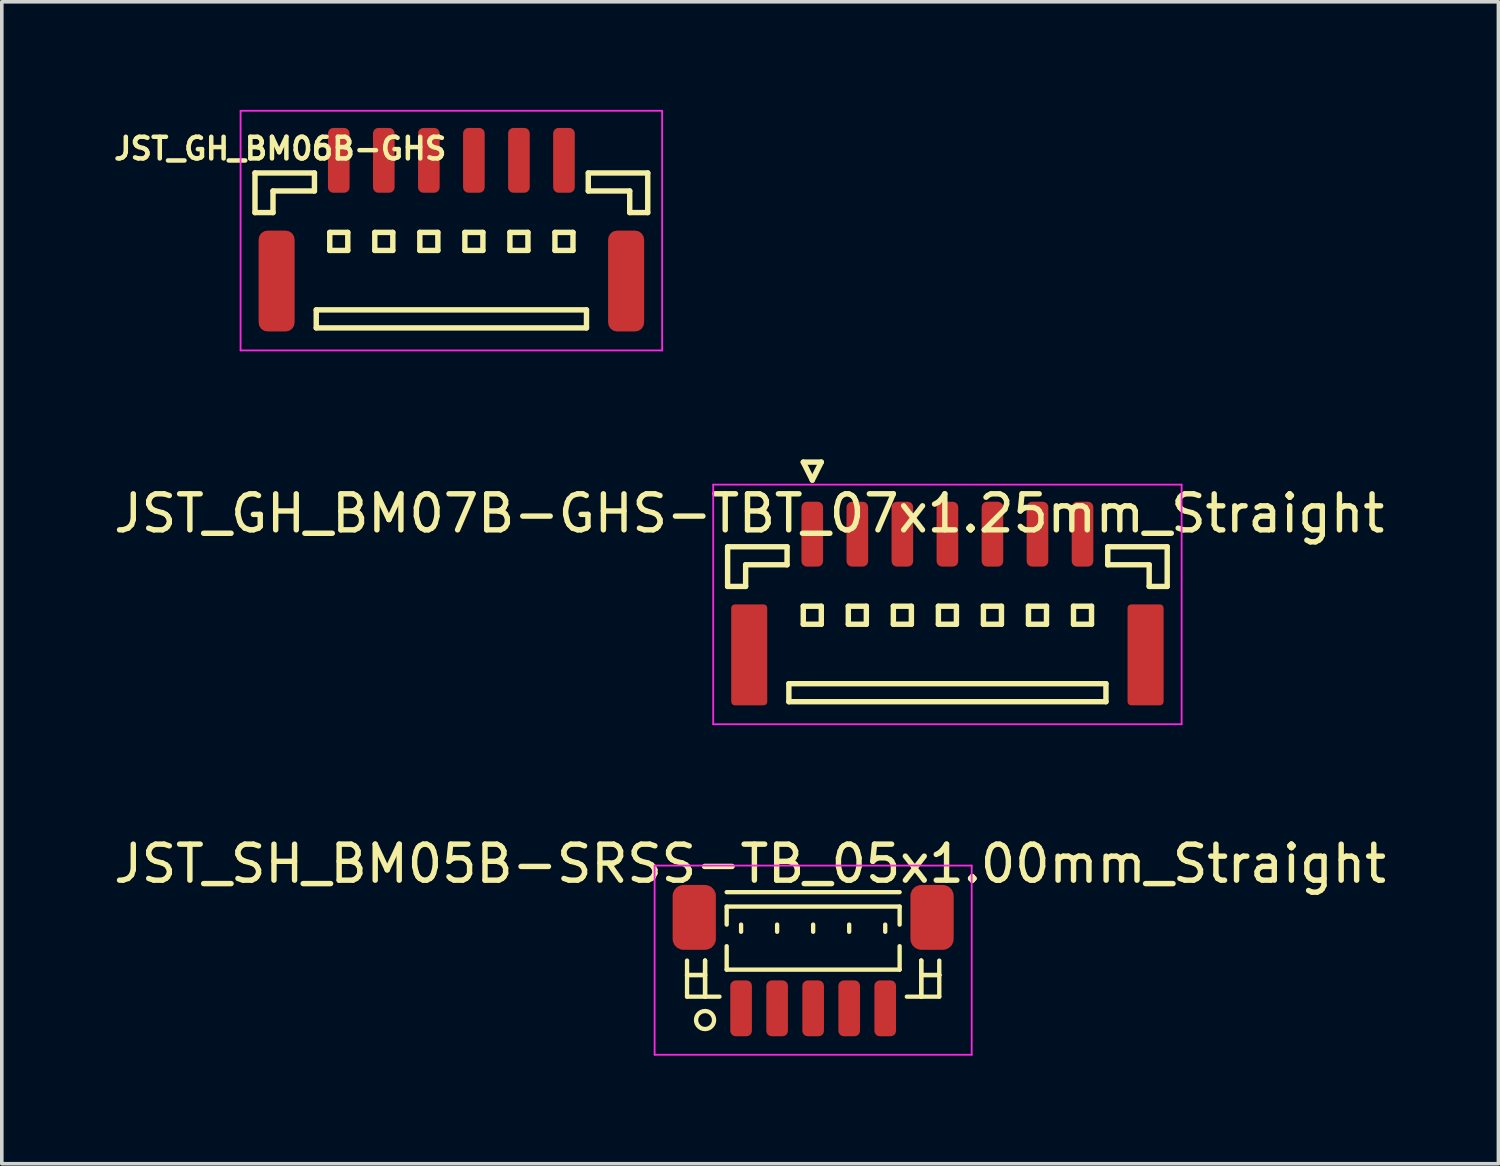
<source format=kicad_pcb>
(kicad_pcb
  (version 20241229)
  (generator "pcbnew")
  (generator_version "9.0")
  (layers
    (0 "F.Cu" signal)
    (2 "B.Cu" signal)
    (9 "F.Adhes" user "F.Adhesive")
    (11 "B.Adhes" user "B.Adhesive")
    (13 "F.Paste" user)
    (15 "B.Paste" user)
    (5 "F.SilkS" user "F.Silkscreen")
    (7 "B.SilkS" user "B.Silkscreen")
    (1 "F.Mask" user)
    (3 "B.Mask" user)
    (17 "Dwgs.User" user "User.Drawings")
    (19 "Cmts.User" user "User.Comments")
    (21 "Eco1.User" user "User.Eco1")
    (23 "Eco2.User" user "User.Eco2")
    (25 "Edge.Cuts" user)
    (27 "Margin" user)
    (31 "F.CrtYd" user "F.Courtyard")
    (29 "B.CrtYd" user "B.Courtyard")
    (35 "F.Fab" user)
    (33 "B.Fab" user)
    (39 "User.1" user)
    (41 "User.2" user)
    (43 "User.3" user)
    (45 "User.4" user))
  (footprint "JST_GH_BM07B-GHS-TBT_07x1.25mm_Straight"
    (layer "F.Cu")
    (at 23.244 13.45)
    (property "Reference" "JST_GH_BM07B-GHS-TBT_07x1.25mm_Straight" (at -5.5 -2.25 0) (layer "F.SilkS") (effects (font (size 1 1) (thickness 0.15))))
    (attr smd)
    (fp_line (start -6.1 -1.325) (end -4.45 -1.325) (stroke (width 0.15) (type solid)) (layer "F.SilkS"))
    (fp_line (start -6.1 -0.225) (end -6.1 -1.325) (stroke (width 0.15) (type solid)) (layer "F.SilkS"))
    (fp_line (start -5.6 -0.825) (end -5.6 -0.225) (stroke (width 0.15) (type solid)) (layer "F.SilkS"))
    (fp_line (start -5.6 -0.225) (end -6.1 -0.225) (stroke (width 0.15) (type solid)) (layer "F.SilkS"))
    (fp_line (start -4.45 -1.325) (end -4.45 -0.825) (stroke (width 0.15) (type solid)) (layer "F.SilkS"))
    (fp_line (start -4.45 -0.825) (end -5.6 -0.825) (stroke (width 0.15) (type solid)) (layer "F.SilkS"))
    (fp_line (start -4.4 2.475) (end -4.4 2.975) (stroke (width 0.15) (type solid)) (layer "F.SilkS"))
    (fp_line (start -4.4 2.975) (end 4.4 2.975) (stroke (width 0.15) (type solid)) (layer "F.SilkS"))
    (fp_line (start -4 -3.675) (end -3.5 -3.675) (stroke (width 0.15) (type solid)) (layer "F.SilkS"))
    (fp_line (start -4 0.325) (end -4 0.825) (stroke (width 0.15) (type solid)) (layer "F.SilkS"))
    (fp_line (start -4 0.825) (end -3.5 0.825) (stroke (width 0.15) (type solid)) (layer "F.SilkS"))
    (fp_line (start -3.75 -3.175) (end -4 -3.675) (stroke (width 0.15) (type solid)) (layer "F.SilkS"))
    (fp_line (start -3.5 -3.675) (end -3.75 -3.175) (stroke (width 0.15) (type solid)) (layer "F.SilkS"))
    (fp_line (start -3.5 0.325) (end -4 0.325) (stroke (width 0.15) (type solid)) (layer "F.SilkS"))
    (fp_line (start -3.5 0.825) (end -3.5 0.325) (stroke (width 0.15) (type solid)) (layer "F.SilkS"))
    (fp_line (start -2.75 0.325) (end -2.75 0.825) (stroke (width 0.15) (type solid)) (layer "F.SilkS"))
    (fp_line (start -2.75 0.825) (end -2.25 0.825) (stroke (width 0.15) (type solid)) (layer "F.SilkS"))
    (fp_line (start -2.25 0.325) (end -2.75 0.325) (stroke (width 0.15) (type solid)) (layer "F.SilkS"))
    (fp_line (start -2.25 0.825) (end -2.25 0.325) (stroke (width 0.15) (type solid)) (layer "F.SilkS"))
    (fp_line (start -1.5 0.325) (end -1.5 0.825) (stroke (width 0.15) (type solid)) (layer "F.SilkS"))
    (fp_line (start -1.5 0.825) (end -1 0.825) (stroke (width 0.15) (type solid)) (layer "F.SilkS"))
    (fp_line (start -1 0.325) (end -1.5 0.325) (stroke (width 0.15) (type solid)) (layer "F.SilkS"))
    (fp_line (start -1 0.825) (end -1 0.325) (stroke (width 0.15) (type solid)) (layer "F.SilkS"))
    (fp_line (start -0.25 0.325) (end -0.25 0.825) (stroke (width 0.15) (type solid)) (layer "F.SilkS"))
    (fp_line (start -0.25 0.825) (end 0.25 0.825) (stroke (width 0.15) (type solid)) (layer "F.SilkS"))
    (fp_line (start 0.25 0.325) (end -0.25 0.325) (stroke (width 0.15) (type solid)) (layer "F.SilkS"))
    (fp_line (start 0.25 0.825) (end 0.25 0.325) (stroke (width 0.15) (type solid)) (layer "F.SilkS"))
    (fp_line (start 1 0.325) (end 1 0.825) (stroke (width 0.15) (type solid)) (layer "F.SilkS"))
    (fp_line (start 1 0.825) (end 1.5 0.825) (stroke (width 0.15) (type solid)) (layer "F.SilkS"))
    (fp_line (start 1.5 0.325) (end 1 0.325) (stroke (width 0.15) (type solid)) (layer "F.SilkS"))
    (fp_line (start 1.5 0.825) (end 1.5 0.325) (stroke (width 0.15) (type solid)) (layer "F.SilkS"))
    (fp_line (start 2.25 0.325) (end 2.25 0.825) (stroke (width 0.15) (type solid)) (layer "F.SilkS"))
    (fp_line (start 2.25 0.825) (end 2.75 0.825) (stroke (width 0.15) (type solid)) (layer "F.SilkS"))
    (fp_line (start 2.75 0.325) (end 2.25 0.325) (stroke (width 0.15) (type solid)) (layer "F.SilkS"))
    (fp_line (start 2.75 0.825) (end 2.75 0.325) (stroke (width 0.15) (type solid)) (layer "F.SilkS"))
    (fp_line (start 3.5 0.325) (end 3.5 0.825) (stroke (width 0.15) (type solid)) (layer "F.SilkS"))
    (fp_line (start 3.5 0.825) (end 4 0.825) (stroke (width 0.15) (type solid)) (layer "F.SilkS"))
    (fp_line (start 4 0.325) (end 3.5 0.325) (stroke (width 0.15) (type solid)) (layer "F.SilkS"))
    (fp_line (start 4 0.825) (end 4 0.325) (stroke (width 0.15) (type solid)) (layer "F.SilkS"))
    (fp_line (start 4.4 2.475) (end -4.4 2.475) (stroke (width 0.15) (type solid)) (layer "F.SilkS"))
    (fp_line (start 4.4 2.975) (end 4.4 2.475) (stroke (width 0.15) (type solid)) (layer "F.SilkS"))
    (fp_line (start 4.45 -1.325) (end 4.45 -0.825) (stroke (width 0.15) (type solid)) (layer "F.SilkS"))
    (fp_line (start 4.45 -0.825) (end 5.6 -0.825) (stroke (width 0.15) (type solid)) (layer "F.SilkS"))
    (fp_line (start 5.6 -0.825) (end 5.6 -0.225) (stroke (width 0.15) (type solid)) (layer "F.SilkS"))
    (fp_line (start 5.6 -0.225) (end 6.1 -0.225) (stroke (width 0.15) (type solid)) (layer "F.SilkS"))
    (fp_line (start 6.1 -1.325) (end 4.45 -1.325) (stroke (width 0.15) (type solid)) (layer "F.SilkS"))
    (fp_line (start 6.1 -0.225) (end 6.1 -1.325) (stroke (width 0.15) (type solid)) (layer "F.SilkS"))
    (fp_line (start -6.5 -3.05) (end -6.5 3.6) (stroke (width 0.05) (type solid)) (layer "F.CrtYd"))
    (fp_line (start -6.5 3.6) (end 6.5 3.6) (stroke (width 0.05) (type solid)) (layer "F.CrtYd"))
    (fp_line (start 6.5 -3.05) (end -6.5 -3.05) (stroke (width 0.05) (type solid)) (layer "F.CrtYd"))
    (fp_line (start 6.5 3.6) (end 6.5 -3.05) (stroke (width 0.05) (type solid)) (layer "F.CrtYd"))
    (pad "1" smd roundrect (at -3.75 -1.675) (size 0.6 1.8) (layers "F.Cu" "F.Mask" "F.Paste") (roundrect_rratio 0.25))
    (pad "2" smd roundrect (at -2.5 -1.675) (size 0.6 1.8) (layers "F.Cu" "F.Mask" "F.Paste") (roundrect_rratio 0.25))
    (pad "3" smd roundrect (at -1.25 -1.675) (size 0.6 1.8) (layers "F.Cu" "F.Mask" "F.Paste") (roundrect_rratio 0.25))
    (pad "4" smd roundrect (at 0 -1.675) (size 0.6 1.8) (layers "F.Cu" "F.Mask" "F.Paste") (roundrect_rratio 0.25))
    (pad "5" smd roundrect (at 1.25 -1.675) (size 0.6 1.8) (layers "F.Cu" "F.Mask" "F.Paste") (roundrect_rratio 0.25))
    (pad "6" smd roundrect (at 2.5 -1.675) (size 0.6 1.8) (layers "F.Cu" "F.Mask" "F.Paste") (roundrect_rratio 0.25))
    (pad "7" smd roundrect (at 3.75 -1.675) (size 0.6 1.8) (layers "F.Cu" "F.Mask" "F.Paste") (roundrect_rratio 0.25))
    (pad "8" smd roundrect (at -5.5 1.675) (size 1 2.8) (layers "F.Cu" "F.Mask" "F.Paste") (roundrect_rratio 0.1))
    (pad "8" smd roundrect (at 5.5 1.675) (size 1 2.8) (layers "F.Cu" "F.Mask" "F.Paste") (roundrect_rratio 0.1)))
  (footprint "JST_SH_BM05B-SRSS-TB_05x1.00mm_Straight"
    (layer "F.Cu")
    (at 19.518 23.673)
    (property "Reference" "JST_SH_BM05B-SRSS-TB_05x1.00mm_Straight" (at -1.75 -2.75 0) (layer "F.SilkS") (effects (font (size 1 1) (thickness 0.15))))
    (attr smd)
    (fp_line (start -3.5 -0.062) (end -3.5 0.938) (stroke (width 0.12) (type solid)) (layer "F.SilkS"))
    (fp_line (start -3.5 0.338) (end -3.5 0.338) (stroke (width 0.12) (type solid)) (layer "F.SilkS"))
    (fp_line (start -3.5 0.338) (end -3 0.338) (stroke (width 0.12) (type solid)) (layer "F.SilkS"))
    (fp_line (start -3.5 0.938) (end -2.6 0.938) (stroke (width 0.12) (type solid)) (layer "F.SilkS"))
    (fp_line (start -3 -0.062) (end -3 -0.062) (stroke (width 0.12) (type solid)) (layer "F.SilkS"))
    (fp_line (start -3 -0.062) (end -3 0.938) (stroke (width 0.12) (type solid)) (layer "F.SilkS"))
    (fp_line (start -3 0.338) (end -3.5 0.338) (stroke (width 0.12) (type solid)) (layer "F.SilkS"))
    (fp_line (start -3 0.338) (end -3 0.338) (stroke (width 0.12) (type solid)) (layer "F.SilkS"))
    (fp_line (start -3 0.938) (end -3 -0.062) (stroke (width 0.12) (type solid)) (layer "F.SilkS"))
    (fp_line (start -3 0.938) (end -3 0.938) (stroke (width 0.12) (type solid)) (layer "F.SilkS"))
    (fp_line (start -2.4 -1.962) (end 2.4 -1.962) (stroke (width 0.12) (type solid)) (layer "F.SilkS"))
    (fp_line (start -2.4 -1.562) (end 2.4 -1.562) (stroke (width 0.12) (type solid)) (layer "F.SilkS"))
    (fp_line (start -2.4 -1.062) (end -2.4 -1.562) (stroke (width 0.12) (type solid)) (layer "F.SilkS"))
    (fp_line (start -2.4 -0.463) (end -2.4 0.188) (stroke (width 0.12) (type solid)) (layer "F.SilkS"))
    (fp_line (start -2.4 0.188) (end 2.4 0.188) (stroke (width 0.12) (type solid)) (layer "F.SilkS"))
    (fp_line (start -2 -1.062) (end -2 -0.863) (stroke (width 0.12) (type solid)) (layer "F.SilkS"))
    (fp_line (start -1 -1.062) (end -1 -0.863) (stroke (width 0.12) (type solid)) (layer "F.SilkS"))
    (fp_line (start 0 -1.062) (end 0 -0.863) (stroke (width 0.12) (type solid)) (layer "F.SilkS"))
    (fp_line (start 1 -1.062) (end 1 -0.863) (stroke (width 0.12) (type solid)) (layer "F.SilkS"))
    (fp_line (start 2 -1.062) (end 2 -0.863) (stroke (width 0.12) (type solid)) (layer "F.SilkS"))
    (fp_line (start 2.4 -1.562) (end 2.4 -1.062) (stroke (width 0.12) (type solid)) (layer "F.SilkS"))
    (fp_line (start 2.4 0.188) (end 2.4 -0.463) (stroke (width 0.12) (type solid)) (layer "F.SilkS"))
    (fp_line (start 3 -0.062) (end 3 -0.062) (stroke (width 0.12) (type solid)) (layer "F.SilkS"))
    (fp_line (start 3 -0.062) (end 3 0.938) (stroke (width 0.12) (type solid)) (layer "F.SilkS"))
    (fp_line (start 3 0.338) (end 3 0.338) (stroke (width 0.12) (type solid)) (layer "F.SilkS"))
    (fp_line (start 3 0.338) (end 3.5 0.338) (stroke (width 0.12) (type solid)) (layer "F.SilkS"))
    (fp_line (start 3 0.938) (end 3 -0.062) (stroke (width 0.12) (type solid)) (layer "F.SilkS"))
    (fp_line (start 3 0.938) (end 3 0.938) (stroke (width 0.12) (type solid)) (layer "F.SilkS"))
    (fp_line (start 3.5 -0.062) (end 3.5 0.938) (stroke (width 0.12) (type solid)) (layer "F.SilkS"))
    (fp_line (start 3.5 0.338) (end 3 0.338) (stroke (width 0.12) (type solid)) (layer "F.SilkS"))
    (fp_line (start 3.5 0.338) (end 3.5 0.338) (stroke (width 0.12) (type solid)) (layer "F.SilkS"))
    (fp_line (start 3.5 0.938) (end 2.6 0.938) (stroke (width 0.12) (type solid)) (layer "F.SilkS"))
    (fp_circle (center -3 1.587) (end -2.75 1.587) (stroke (width 0.12) (type solid)) (fill no) (layer "F.SilkS"))
    (fp_line (start -4.4 -2.7) (end 4.4 -2.7) (stroke (width 0.05) (type solid)) (layer "F.CrtYd"))
    (fp_line (start -4.4 2.55) (end -4.4 -2.7) (stroke (width 0.05) (type solid)) (layer "F.CrtYd"))
    (fp_line (start 4.4 -2.7) (end 4.4 2.55) (stroke (width 0.05) (type solid)) (layer "F.CrtYd"))
    (fp_line (start 4.4 2.55) (end -4.4 2.55) (stroke (width 0.05) (type solid)) (layer "F.CrtYd"))
    (pad "1" smd roundrect (at -2 1.262) (size 0.6 1.55) (layers "F.Cu" "F.Mask" "F.Paste") (roundrect_rratio 0.25))
    (pad "2" smd roundrect (at -1 1.262) (size 0.6 1.55) (layers "F.Cu" "F.Mask" "F.Paste") (roundrect_rratio 0.25))
    (pad "3" smd roundrect (at 0 1.262) (size 0.6 1.55) (layers "F.Cu" "F.Mask" "F.Paste") (roundrect_rratio 0.25))
    (pad "4" smd roundrect (at 1 1.262) (size 0.6 1.55) (layers "F.Cu" "F.Mask" "F.Paste") (roundrect_rratio 0.25))
    (pad "5" smd roundrect (at 2 1.262) (size 0.6 1.55) (layers "F.Cu" "F.Mask" "F.Paste") (roundrect_rratio 0.25))
    (pad "6" smd roundrect (at -3.3 -1.262) (size 1.2 1.8) (layers "F.Cu" "F.Mask" "F.Paste") (roundrect_rratio 0.25))
    (pad "6" smd roundrect (at 3.3 -1.262) (size 1.2 1.8) (layers "F.Cu" "F.Mask" "F.Paste") (roundrect_rratio 0.25)))
  (footprint "JST_GH_BM06B-GHS"
    (layer "F.Cu")
    (at 9.477 3.075)
    (property "Reference" "JST_GH_BM06B-GHS" (at -4.75 -2 0) (layer "F.SilkS") (effects (font (size 0.6 0.6) (thickness 0.125))))
    (attr smd)
    (fp_line (start -5.45 -1.325) (end -3.8 -1.325) (stroke (width 0.15) (type solid)) (layer "F.SilkS"))
    (fp_line (start -5.45 -0.225) (end -5.45 -1.325) (stroke (width 0.15) (type solid)) (layer "F.SilkS"))
    (fp_line (start -4.95 -0.825) (end -4.95 -0.225) (stroke (width 0.15) (type solid)) (layer "F.SilkS"))
    (fp_line (start -4.95 -0.225) (end -5.45 -0.225) (stroke (width 0.15) (type solid)) (layer "F.SilkS"))
    (fp_line (start -3.8 -1.325) (end -3.8 -0.825) (stroke (width 0.15) (type solid)) (layer "F.SilkS"))
    (fp_line (start -3.8 -0.825) (end -4.95 -0.825) (stroke (width 0.15) (type solid)) (layer "F.SilkS"))
    (fp_line (start -3.75 2.475) (end -3.75 2.975) (stroke (width 0.15) (type solid)) (layer "F.SilkS"))
    (fp_line (start -3.75 2.975) (end 3.75 2.975) (stroke (width 0.15) (type solid)) (layer "F.SilkS"))
    (fp_line (start -3.375 0.325) (end -3.375 0.825) (stroke (width 0.15) (type solid)) (layer "F.SilkS"))
    (fp_line (start -3.375 0.825) (end -2.875 0.825) (stroke (width 0.15) (type solid)) (layer "F.SilkS"))
    (fp_line (start -2.875 0.325) (end -3.375 0.325) (stroke (width 0.15) (type solid)) (layer "F.SilkS"))
    (fp_line (start -2.875 0.825) (end -2.875 0.325) (stroke (width 0.15) (type solid)) (layer "F.SilkS"))
    (fp_line (start -2.125 0.325) (end -2.125 0.825) (stroke (width 0.15) (type solid)) (layer "F.SilkS"))
    (fp_line (start -2.125 0.825) (end -1.625 0.825) (stroke (width 0.15) (type solid)) (layer "F.SilkS"))
    (fp_line (start -1.625 0.325) (end -2.125 0.325) (stroke (width 0.15) (type solid)) (layer "F.SilkS"))
    (fp_line (start -1.625 0.825) (end -1.625 0.325) (stroke (width 0.15) (type solid)) (layer "F.SilkS"))
    (fp_line (start -0.875 0.325) (end -0.875 0.825) (stroke (width 0.15) (type solid)) (layer "F.SilkS"))
    (fp_line (start -0.875 0.825) (end -0.375 0.825) (stroke (width 0.15) (type solid)) (layer "F.SilkS"))
    (fp_line (start -0.375 0.325) (end -0.875 0.325) (stroke (width 0.15) (type solid)) (layer "F.SilkS"))
    (fp_line (start -0.375 0.825) (end -0.375 0.325) (stroke (width 0.15) (type solid)) (layer "F.SilkS"))
    (fp_line (start 0.375 0.325) (end 0.375 0.825) (stroke (width 0.15) (type solid)) (layer "F.SilkS"))
    (fp_line (start 0.375 0.825) (end 0.875 0.825) (stroke (width 0.15) (type solid)) (layer "F.SilkS"))
    (fp_line (start 0.875 0.325) (end 0.375 0.325) (stroke (width 0.15) (type solid)) (layer "F.SilkS"))
    (fp_line (start 0.875 0.825) (end 0.875 0.325) (stroke (width 0.15) (type solid)) (layer "F.SilkS"))
    (fp_line (start 1.625 0.325) (end 1.625 0.825) (stroke (width 0.15) (type solid)) (layer "F.SilkS"))
    (fp_line (start 1.625 0.825) (end 2.125 0.825) (stroke (width 0.15) (type solid)) (layer "F.SilkS"))
    (fp_line (start 2.125 0.325) (end 1.625 0.325) (stroke (width 0.15) (type solid)) (layer "F.SilkS"))
    (fp_line (start 2.125 0.825) (end 2.125 0.325) (stroke (width 0.15) (type solid)) (layer "F.SilkS"))
    (fp_line (start 2.875 0.325) (end 2.875 0.825) (stroke (width 0.15) (type solid)) (layer "F.SilkS"))
    (fp_line (start 2.875 0.825) (end 3.375 0.825) (stroke (width 0.15) (type solid)) (layer "F.SilkS"))
    (fp_line (start 3.375 0.325) (end 2.875 0.325) (stroke (width 0.15) (type solid)) (layer "F.SilkS"))
    (fp_line (start 3.375 0.825) (end 3.375 0.325) (stroke (width 0.15) (type solid)) (layer "F.SilkS"))
    (fp_line (start 3.75 2.475) (end -3.75 2.475) (stroke (width 0.15) (type solid)) (layer "F.SilkS"))
    (fp_line (start 3.75 2.975) (end 3.75 2.475) (stroke (width 0.15) (type solid)) (layer "F.SilkS"))
    (fp_line (start 3.8 -1.325) (end 3.8 -0.825) (stroke (width 0.15) (type solid)) (layer "F.SilkS"))
    (fp_line (start 3.8 -0.825) (end 4.95 -0.825) (stroke (width 0.15) (type solid)) (layer "F.SilkS"))
    (fp_line (start 4.95 -0.825) (end 4.95 -0.225) (stroke (width 0.15) (type solid)) (layer "F.SilkS"))
    (fp_line (start 4.95 -0.225) (end 5.45 -0.225) (stroke (width 0.15) (type solid)) (layer "F.SilkS"))
    (fp_line (start 5.45 -1.325) (end 3.8 -1.325) (stroke (width 0.15) (type solid)) (layer "F.SilkS"))
    (fp_line (start 5.45 -0.225) (end 5.45 -1.325) (stroke (width 0.15) (type solid)) (layer "F.SilkS"))
    (fp_line (start -5.85 -3.05) (end -5.85 3.6) (stroke (width 0.05) (type solid)) (layer "F.CrtYd"))
    (fp_line (start -5.85 3.6) (end 5.85 3.6) (stroke (width 0.05) (type solid)) (layer "F.CrtYd"))
    (fp_line (start 5.85 -3.05) (end -5.85 -3.05) (stroke (width 0.05) (type solid)) (layer "F.CrtYd"))
    (fp_line (start 5.85 3.6) (end 5.85 -3.05) (stroke (width 0.05) (type solid)) (layer "F.CrtYd"))
    (pad "1" smd roundrect (at -3.125 -1.675) (size 0.6 1.8) (layers "F.Cu" "F.Mask" "F.Paste") (roundrect_rratio 0.25))
    (pad "2" smd roundrect (at -1.875 -1.675) (size 0.6 1.8) (layers "F.Cu" "F.Mask" "F.Paste") (roundrect_rratio 0.25))
    (pad "3" smd roundrect (at -0.625 -1.675) (size 0.6 1.8) (layers "F.Cu" "F.Mask" "F.Paste") (roundrect_rratio 0.25))
    (pad "4" smd roundrect (at 0.625 -1.675) (size 0.6 1.8) (layers "F.Cu" "F.Mask" "F.Paste") (roundrect_rratio 0.25))
    (pad "5" smd roundrect (at 1.875 -1.675) (size 0.6 1.8) (layers "F.Cu" "F.Mask" "F.Paste") (roundrect_rratio 0.25))
    (pad "6" smd roundrect (at 3.125 -1.675) (size 0.6 1.8) (layers "F.Cu" "F.Mask" "F.Paste") (roundrect_rratio 0.25))
    (pad "7" smd roundrect (at -4.85 1.675) (size 1 2.8) (layers "F.Cu" "F.Mask" "F.Paste") (roundrect_rratio 0.25))
    (pad "7" smd roundrect (at 4.85 1.675) (size 1 2.8) (layers "F.Cu" "F.Mask" "F.Paste") (roundrect_rratio 0.25)))
  (gr_rect
    (start -3 -3)
    (end 38.536 29.248)
    (stroke (width 0.1) (type default))
    (fill no)
    (layer "Edge.Cuts")))
</source>
